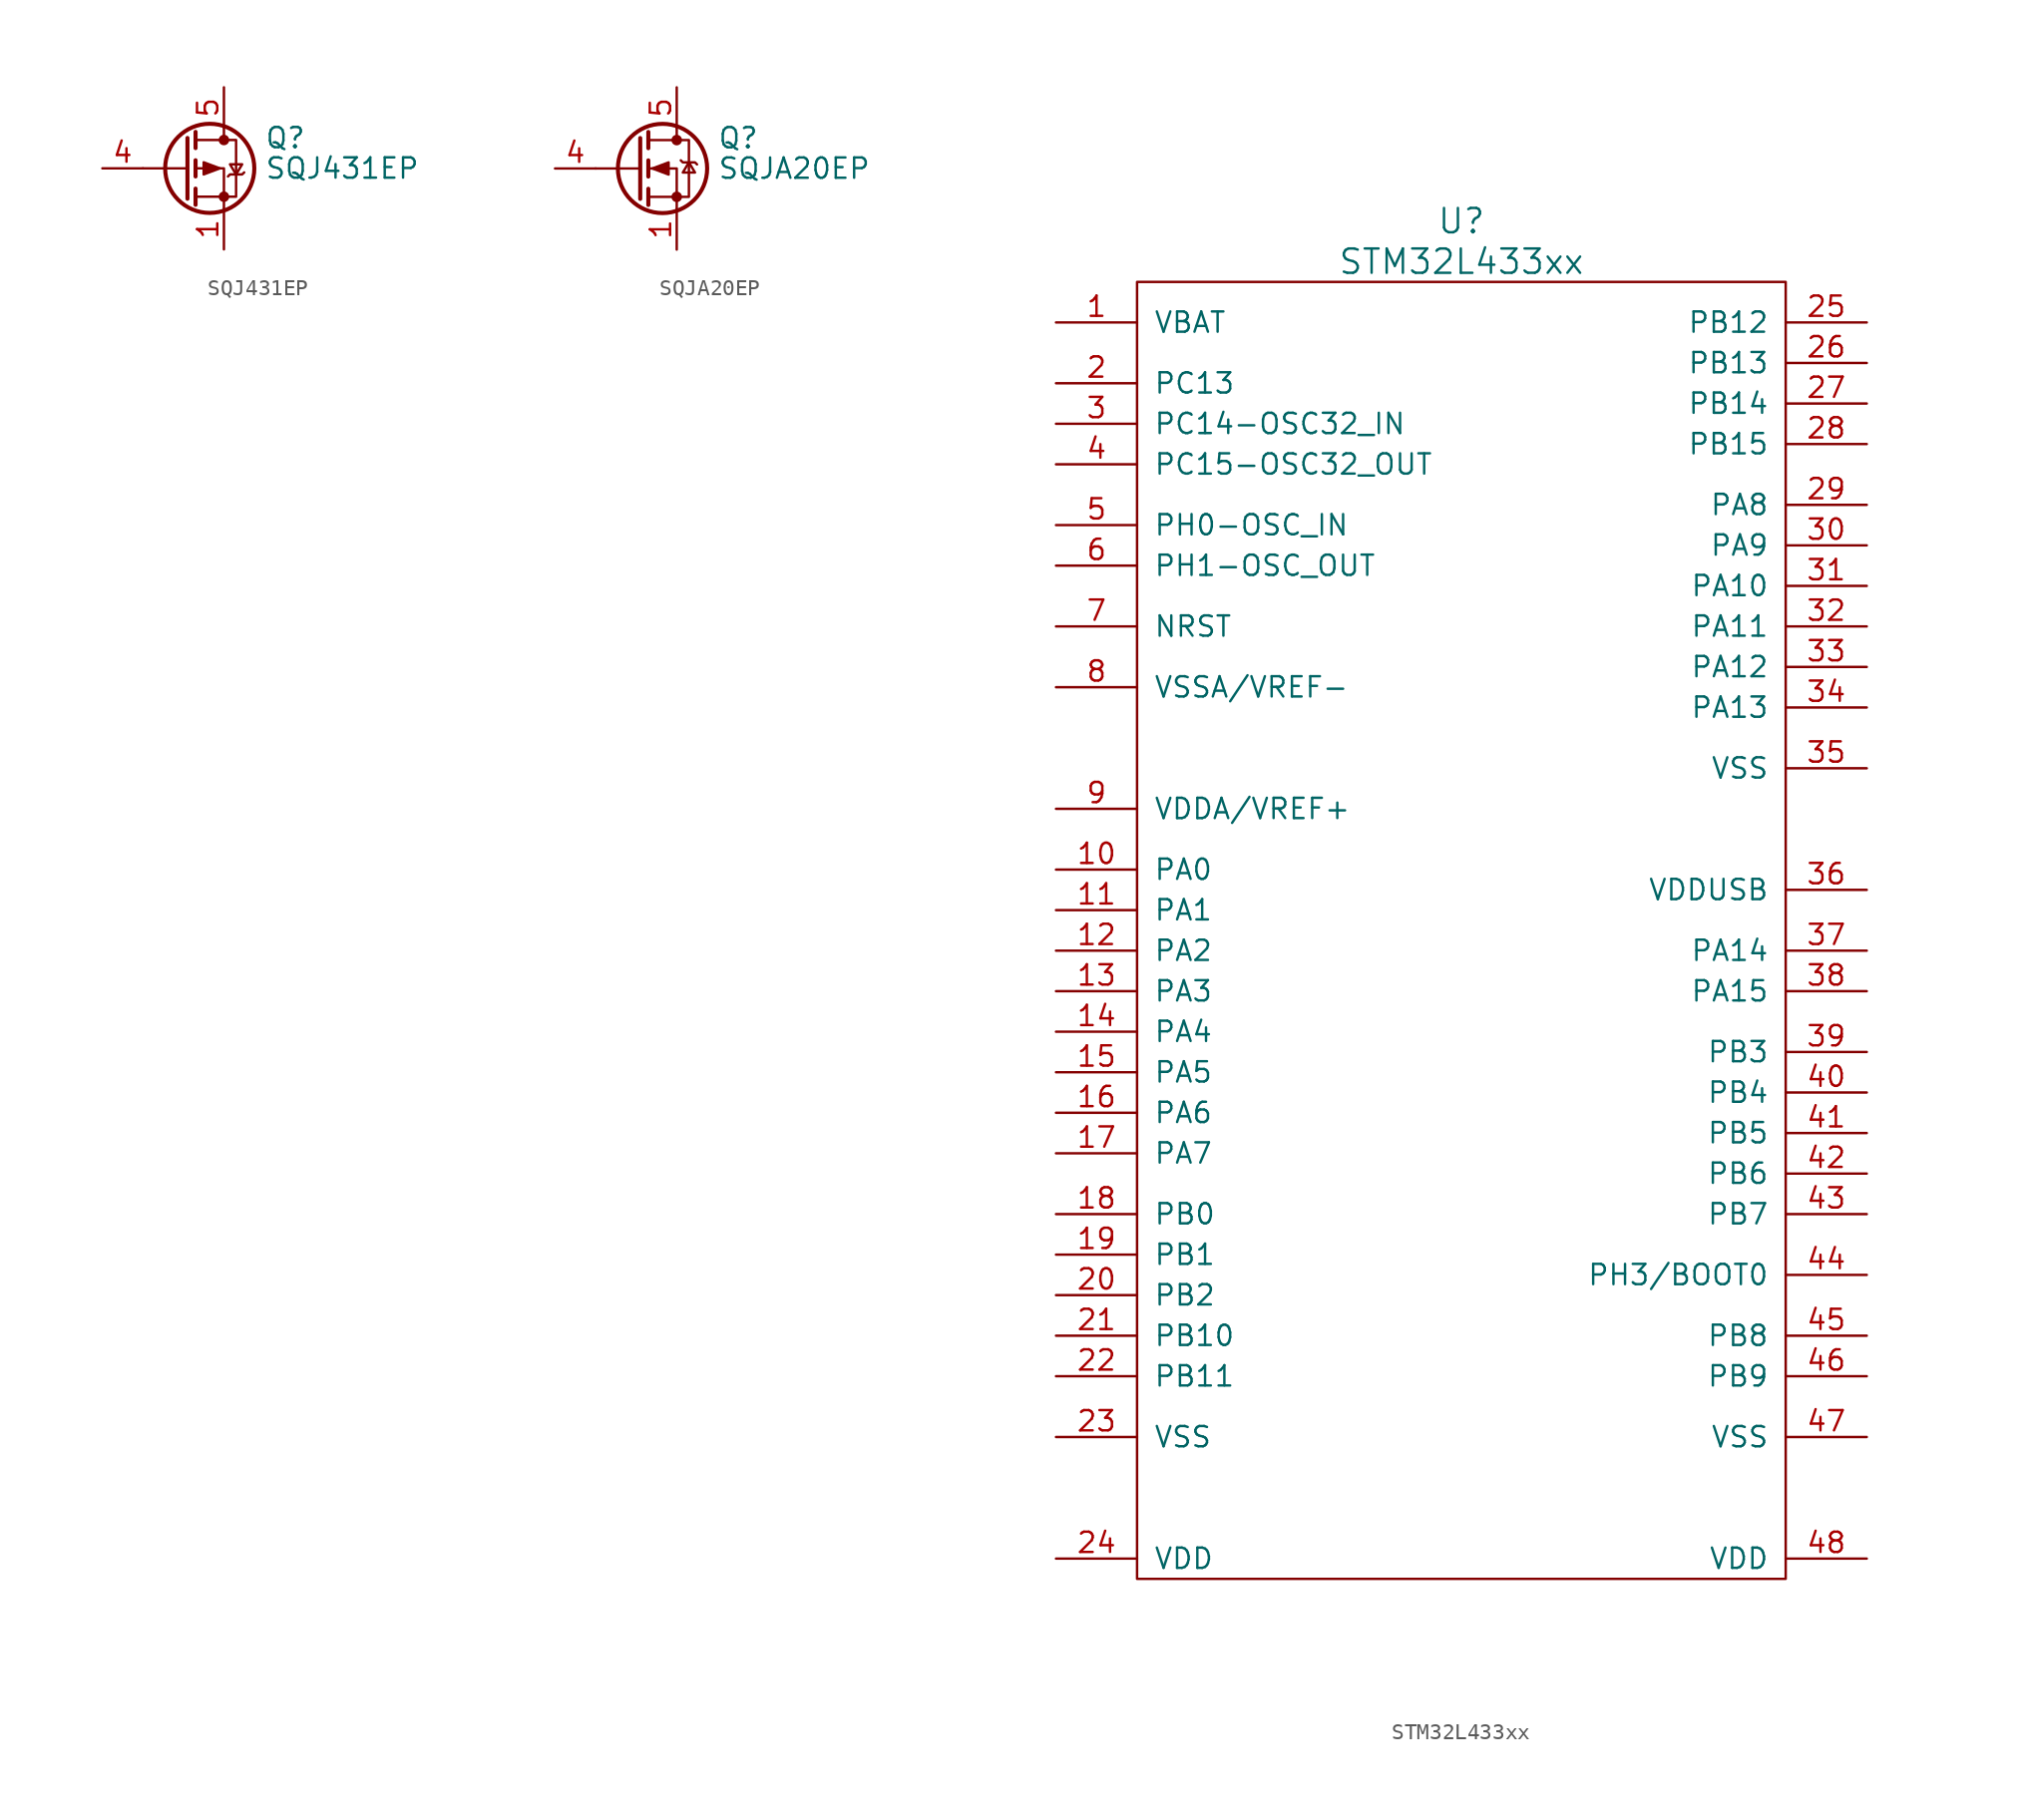
<source format=kicad_sym>
(kicad_symbol_lib
  (version 20241209)
  (generator "kicad_symbol_editor")
  (generator_version "9.0")
  (symbol "SQJ431EP"
    (pin_names
      (hide yes))
    (property "Reference" "Q"
      (at 5.08 1.905 0)
      (effects (font (size 1.27 1.27)) (justify left)))
    (property "Value" "SQJ431EP"
      (at 5.08 0 0)
      (effects (font (size 1.27 1.27)) (justify left)))
    (symbol "SQJ431EP_0_1"
      (polyline (pts (xy 0.254 1.905) (xy 0.254 -1.905)) (stroke (width 0.254) (type default)) (fill (type none)))
      (polyline (pts (xy 0.254 0) (xy -2.54 0)) (stroke (width 0) (type default)) (fill (type none)))
      (polyline (pts (xy 0.762 2.286) (xy 0.762 1.27)) (stroke (width 0.254) (type default)) (fill (type none)))
      (polyline (pts (xy 0.762 1.778) (xy 3.302 1.778) (xy 3.302 -1.778) (xy 0.762 -1.778)) (stroke (width 0) (type default)) (fill (type none)))
      (polyline (pts (xy 0.762 0.508) (xy 0.762 -0.508)) (stroke (width 0.254) (type default)) (fill (type none)))
      (polyline (pts (xy 0.762 -1.27) (xy 0.762 -2.286)) (stroke (width 0.254) (type default)) (fill (type none)))
      (circle (center 1.651 0) (radius 2.794) (stroke (width 0.254) (type default)) (fill (type none)))
      (polyline (pts (xy 2.286 0) (xy 1.27 0.381) (xy 1.27 -0.381) (xy 2.286 0)) (stroke (width 0) (type default)) (fill (type outline)))
      (polyline (pts (xy 2.54 2.54) (xy 2.54 1.778)) (stroke (width 0) (type default)) (fill (type none)))
      (circle (center 2.54 1.778) (radius 0.254) (stroke (width 0) (type default)) (fill (type outline)))
      (circle (center 2.54 -1.778) (radius 0.254) (stroke (width 0) (type default)) (fill (type outline)))
      (polyline (pts (xy 2.54 -2.54) (xy 2.54 0) (xy 0.762 0)) (stroke (width 0) (type default)) (fill (type none)))
      (polyline (pts (xy 2.794 -0.508) (xy 2.921 -0.381) (xy 3.683 -0.381) (xy 3.81 -0.254)) (stroke (width 0) (type default)) (fill (type none)))
      (polyline (pts (xy 3.302 -0.381) (xy 2.921 0.254) (xy 3.683 0.254) (xy 3.302 -0.381)) (stroke (width 0) (type default)) (fill (type none))))
    (symbol "SQJ431EP_1_1"
      (pin input line (at -5.08 0 0) (length 2.54) (name "G" (effects (font (size 1.27 1.27)))) (number "4" (effects (font (size 1.27 1.27)))))
      (pin passive line (at 2.54 5.08 270) (length 2.54) (name "D" (effects (font (size 1.27 1.27)))) (number "5" (effects (font (size 1.27 1.27)))))
      (pin passive line (at 2.54 -5.08 90) (length 2.54) (name "S" (effects (font (size 1.27 1.27)))) (number "1" (effects (font (size 1.27 1.27)))))
      (pin passive line (at 2.54 -5.08 90) (length 2.54) (hide yes) (name "S" (effects (font (size 1.27 1.27)))) (number "2" (effects (font (size 1.27 1.27)))))
      (pin passive line (at 2.54 -5.08 90) (length 2.54) (hide yes) (name "S" (effects (font (size 1.27 1.27)))) (number "3" (effects (font (size 1.27 1.27)))))))
  (symbol "SQJA20EP"
    (pin_names
      (hide yes))
    (property "Reference" "Q"
      (at 5.08 1.905 0)
      (effects (font (size 1.27 1.27)) (justify left)))
    (property "Value" "SQJA20EP"
      (at 5.08 0 0)
      (effects (font (size 1.27 1.27)) (justify left)))
    (symbol "SQJA20EP_0_1"
      (polyline (pts (xy 0.254 1.905) (xy 0.254 -1.905)) (stroke (width 0.254) (type default)) (fill (type none)))
      (polyline (pts (xy 0.254 0) (xy -2.54 0)) (stroke (width 0) (type default)) (fill (type none)))
      (polyline (pts (xy 0.762 2.286) (xy 0.762 1.27)) (stroke (width 0.254) (type default)) (fill (type none)))
      (polyline (pts (xy 0.762 0.508) (xy 0.762 -0.508)) (stroke (width 0.254) (type default)) (fill (type none)))
      (polyline (pts (xy 0.762 -1.27) (xy 0.762 -2.286)) (stroke (width 0.254) (type default)) (fill (type none)))
      (polyline (pts (xy 0.762 -1.778) (xy 3.302 -1.778) (xy 3.302 1.778) (xy 0.762 1.778)) (stroke (width 0) (type default)) (fill (type none)))
      (polyline (pts (xy 1.016 0) (xy 2.032 0.381) (xy 2.032 -0.381) (xy 1.016 0)) (stroke (width 0) (type default)) (fill (type outline)))
      (circle (center 1.651 0) (radius 2.794) (stroke (width 0.254) (type default)) (fill (type none)))
      (polyline (pts (xy 2.54 2.54) (xy 2.54 1.778)) (stroke (width 0) (type default)) (fill (type none)))
      (circle (center 2.54 1.778) (radius 0.254) (stroke (width 0) (type default)) (fill (type outline)))
      (circle (center 2.54 -1.778) (radius 0.254) (stroke (width 0) (type default)) (fill (type outline)))
      (polyline (pts (xy 2.54 -2.54) (xy 2.54 0) (xy 0.762 0)) (stroke (width 0) (type default)) (fill (type none)))
      (polyline (pts (xy 2.794 0.508) (xy 2.921 0.381) (xy 3.683 0.381) (xy 3.81 0.254)) (stroke (width 0) (type default)) (fill (type none)))
      (polyline (pts (xy 3.302 0.381) (xy 2.921 -0.254) (xy 3.683 -0.254) (xy 3.302 0.381)) (stroke (width 0) (type default)) (fill (type none))))
    (symbol "SQJA20EP_1_1"
      (pin input line (at -5.08 0 0) (length 2.54) (name "G" (effects (font (size 1.27 1.27)))) (number "4" (effects (font (size 1.27 1.27)))))
      (pin passive line (at 2.54 5.08 270) (length 2.54) (name "D" (effects (font (size 1.27 1.27)))) (number "5" (effects (font (size 1.27 1.27)))))
      (pin passive line (at 2.54 -5.08 90) (length 2.54) (name "S" (effects (font (size 1.27 1.27)))) (number "1" (effects (font (size 1.27 1.27)))))
      (pin passive line (at 2.54 -5.08 90) (length 2.54) (hide yes) (name "S" (effects (font (size 1.27 1.27)))) (number "2" (effects (font (size 1.27 1.27)))))
      (pin passive line (at 2.54 -5.08 90) (length 2.54) (hide yes) (name "S" (effects (font (size 1.27 1.27)))) (number "3" (effects (font (size 1.27 1.27)))))))
  (symbol "STM32L433xx"
    (pin_names
      (offset 1.016))
    (property "Reference" "U"
      (at 0 44.45 0)
      (effects (font (size 1.524 1.524))))
    (property "Value" "STM32L433xx"
      (at 0 41.91 0)
      (effects (font (size 1.524 1.524))))
    (symbol "STM32L433xx_0_1"
      (rectangle (start -20.32 40.64) (end 20.32 -40.64) (stroke (width 0) (type default)) (fill (type none))))
    (symbol "STM32L433xx_1_1"
      (pin power_in line (at -25.4 38.1 0) (length 5.08) (name "VBAT" (effects (font (size 1.27 1.27)))) (number "1" (effects (font (size 1.27 1.27)))))
      (pin bidirectional line (at -25.4 34.29 0) (length 5.08) (name "PC13" (effects (font (size 1.27 1.27)))) (number "2" (effects (font (size 1.27 1.27)))))
      (pin bidirectional line (at -25.4 31.75 0) (length 5.08) (name "PC14-OSC32_IN" (effects (font (size 1.27 1.27)))) (number "3" (effects (font (size 1.27 1.27)))))
      (pin bidirectional line (at -25.4 29.21 0) (length 5.08) (name "PC15-OSC32_OUT" (effects (font (size 1.27 1.27)))) (number "4" (effects (font (size 1.27 1.27)))))
      (pin bidirectional line (at -25.4 25.4 0) (length 5.08) (name "PH0-OSC_IN" (effects (font (size 1.27 1.27)))) (number "5" (effects (font (size 1.27 1.27)))))
      (pin bidirectional line (at -25.4 22.86 0) (length 5.08) (name "PH1-OSC_OUT" (effects (font (size 1.27 1.27)))) (number "6" (effects (font (size 1.27 1.27)))))
      (pin input line (at -25.4 19.05 0) (length 5.08) (name "NRST" (effects (font (size 1.27 1.27)))) (number "7" (effects (font (size 1.27 1.27)))))
      (pin power_in line (at -25.4 15.24 0) (length 5.08) (name "VSSA/VREF-" (effects (font (size 1.27 1.27)))) (number "8" (effects (font (size 1.27 1.27)))))
      (pin power_in line (at -25.4 7.62 0) (length 5.08) (name "VDDA/VREF+" (effects (font (size 1.27 1.27)))) (number "9" (effects (font (size 1.27 1.27)))))
      (pin bidirectional line (at -25.4 3.81 0) (length 5.08) (name "PA0" (effects (font (size 1.27 1.27)))) (number "10" (effects (font (size 1.27 1.27)))))
      (pin bidirectional line (at -25.4 1.27 0) (length 5.08) (name "PA1" (effects (font (size 1.27 1.27)))) (number "11" (effects (font (size 1.27 1.27)))))
      (pin bidirectional line (at -25.4 -1.27 0) (length 5.08) (name "PA2" (effects (font (size 1.27 1.27)))) (number "12" (effects (font (size 1.27 1.27)))))
      (pin bidirectional line (at -25.4 -3.81 0) (length 5.08) (name "PA3" (effects (font (size 1.27 1.27)))) (number "13" (effects (font (size 1.27 1.27)))))
      (pin bidirectional line (at -25.4 -6.35 0) (length 5.08) (name "PA4" (effects (font (size 1.27 1.27)))) (number "14" (effects (font (size 1.27 1.27)))))
      (pin bidirectional line (at -25.4 -8.89 0) (length 5.08) (name "PA5" (effects (font (size 1.27 1.27)))) (number "15" (effects (font (size 1.27 1.27)))))
      (pin bidirectional line (at -25.4 -11.43 0) (length 5.08) (name "PA6" (effects (font (size 1.27 1.27)))) (number "16" (effects (font (size 1.27 1.27)))))
      (pin bidirectional line (at -25.4 -13.97 0) (length 5.08) (name "PA7" (effects (font (size 1.27 1.27)))) (number "17" (effects (font (size 1.27 1.27)))))
      (pin bidirectional line (at -25.4 -17.78 0) (length 5.08) (name "PB0" (effects (font (size 1.27 1.27)))) (number "18" (effects (font (size 1.27 1.27)))))
      (pin bidirectional line (at -25.4 -20.32 0) (length 5.08) (name "PB1" (effects (font (size 1.27 1.27)))) (number "19" (effects (font (size 1.27 1.27)))))
      (pin bidirectional line (at -25.4 -22.86 0) (length 5.08) (name "PB2" (effects (font (size 1.27 1.27)))) (number "20" (effects (font (size 1.27 1.27)))))
      (pin bidirectional line (at -25.4 -25.4 0) (length 5.08) (name "PB10" (effects (font (size 1.27 1.27)))) (number "21" (effects (font (size 1.27 1.27)))))
      (pin bidirectional line (at -25.4 -27.94 0) (length 5.08) (name "PB11" (effects (font (size 1.27 1.27)))) (number "22" (effects (font (size 1.27 1.27)))))
      (pin power_in line (at -25.4 -31.75 0) (length 5.08) (name "VSS" (effects (font (size 1.27 1.27)))) (number "23" (effects (font (size 1.27 1.27)))))
      (pin power_in line (at -25.4 -39.37 0) (length 5.08) (name "VDD" (effects (font (size 1.27 1.27)))) (number "24" (effects (font (size 1.27 1.27)))))
      (pin bidirectional line (at 25.4 38.1 180) (length 5.08) (name "PB12" (effects (font (size 1.27 1.27)))) (number "25" (effects (font (size 1.27 1.27)))))
      (pin bidirectional line (at 25.4 35.56 180) (length 5.08) (name "PB13" (effects (font (size 1.27 1.27)))) (number "26" (effects (font (size 1.27 1.27)))))
      (pin bidirectional line (at 25.4 33.02 180) (length 5.08) (name "PB14" (effects (font (size 1.27 1.27)))) (number "27" (effects (font (size 1.27 1.27)))))
      (pin bidirectional line (at 25.4 30.48 180) (length 5.08) (name "PB15" (effects (font (size 1.27 1.27)))) (number "28" (effects (font (size 1.27 1.27)))))
      (pin bidirectional line (at 25.4 26.67 180) (length 5.08) (name "PA8" (effects (font (size 1.27 1.27)))) (number "29" (effects (font (size 1.27 1.27)))))
      (pin bidirectional line (at 25.4 24.13 180) (length 5.08) (name "PA9" (effects (font (size 1.27 1.27)))) (number "30" (effects (font (size 1.27 1.27)))))
      (pin bidirectional line (at 25.4 21.59 180) (length 5.08) (name "PA10" (effects (font (size 1.27 1.27)))) (number "31" (effects (font (size 1.27 1.27)))))
      (pin bidirectional line (at 25.4 19.05 180) (length 5.08) (name "PA11" (effects (font (size 1.27 1.27)))) (number "32" (effects (font (size 1.27 1.27)))))
      (pin bidirectional line (at 25.4 16.51 180) (length 5.08) (name "PA12" (effects (font (size 1.27 1.27)))) (number "33" (effects (font (size 1.27 1.27)))))
      (pin bidirectional line (at 25.4 13.97 180) (length 5.08) (name "PA13" (effects (font (size 1.27 1.27)))) (number "34" (effects (font (size 1.27 1.27)))))
      (pin power_in line (at 25.4 10.16 180) (length 5.08) (name "VSS" (effects (font (size 1.27 1.27)))) (number "35" (effects (font (size 1.27 1.27)))))
      (pin power_in line (at 25.4 2.54 180) (length 5.08) (name "VDDUSB" (effects (font (size 1.27 1.27)))) (number "36" (effects (font (size 1.27 1.27)))))
      (pin bidirectional line (at 25.4 -1.27 180) (length 5.08) (name "PA14" (effects (font (size 1.27 1.27)))) (number "37" (effects (font (size 1.27 1.27)))))
      (pin bidirectional line (at 25.4 -3.81 180) (length 5.08) (name "PA15" (effects (font (size 1.27 1.27)))) (number "38" (effects (font (size 1.27 1.27)))))
      (pin bidirectional line (at 25.4 -7.62 180) (length 5.08) (name "PB3" (effects (font (size 1.27 1.27)))) (number "39" (effects (font (size 1.27 1.27)))))
      (pin bidirectional line (at 25.4 -10.16 180) (length 5.08) (name "PB4" (effects (font (size 1.27 1.27)))) (number "40" (effects (font (size 1.27 1.27)))))
      (pin bidirectional line (at 25.4 -12.7 180) (length 5.08) (name "PB5" (effects (font (size 1.27 1.27)))) (number "41" (effects (font (size 1.27 1.27)))))
      (pin bidirectional line (at 25.4 -15.24 180) (length 5.08) (name "PB6" (effects (font (size 1.27 1.27)))) (number "42" (effects (font (size 1.27 1.27)))))
      (pin bidirectional line (at 25.4 -17.78 180) (length 5.08) (name "PB7" (effects (font (size 1.27 1.27)))) (number "43" (effects (font (size 1.27 1.27)))))
      (pin bidirectional line (at 25.4 -21.59 180) (length 5.08) (name "PH3/BOOT0" (effects (font (size 1.27 1.27)))) (number "44" (effects (font (size 1.27 1.27)))))
      (pin bidirectional line (at 25.4 -25.4 180) (length 5.08) (name "PB8" (effects (font (size 1.27 1.27)))) (number "45" (effects (font (size 1.27 1.27)))))
      (pin bidirectional line (at 25.4 -27.94 180) (length 5.08) (name "PB9" (effects (font (size 1.27 1.27)))) (number "46" (effects (font (size 1.27 1.27)))))
      (pin power_in line (at 25.4 -31.75 180) (length 5.08) (name "VSS" (effects (font (size 1.27 1.27)))) (number "47" (effects (font (size 1.27 1.27)))))
      (pin power_in line (at 25.4 -39.37 180) (length 5.08) (name "VDD" (effects (font (size 1.27 1.27)))) (number "48" (effects (font (size 1.27 1.27))))))))
</source>
